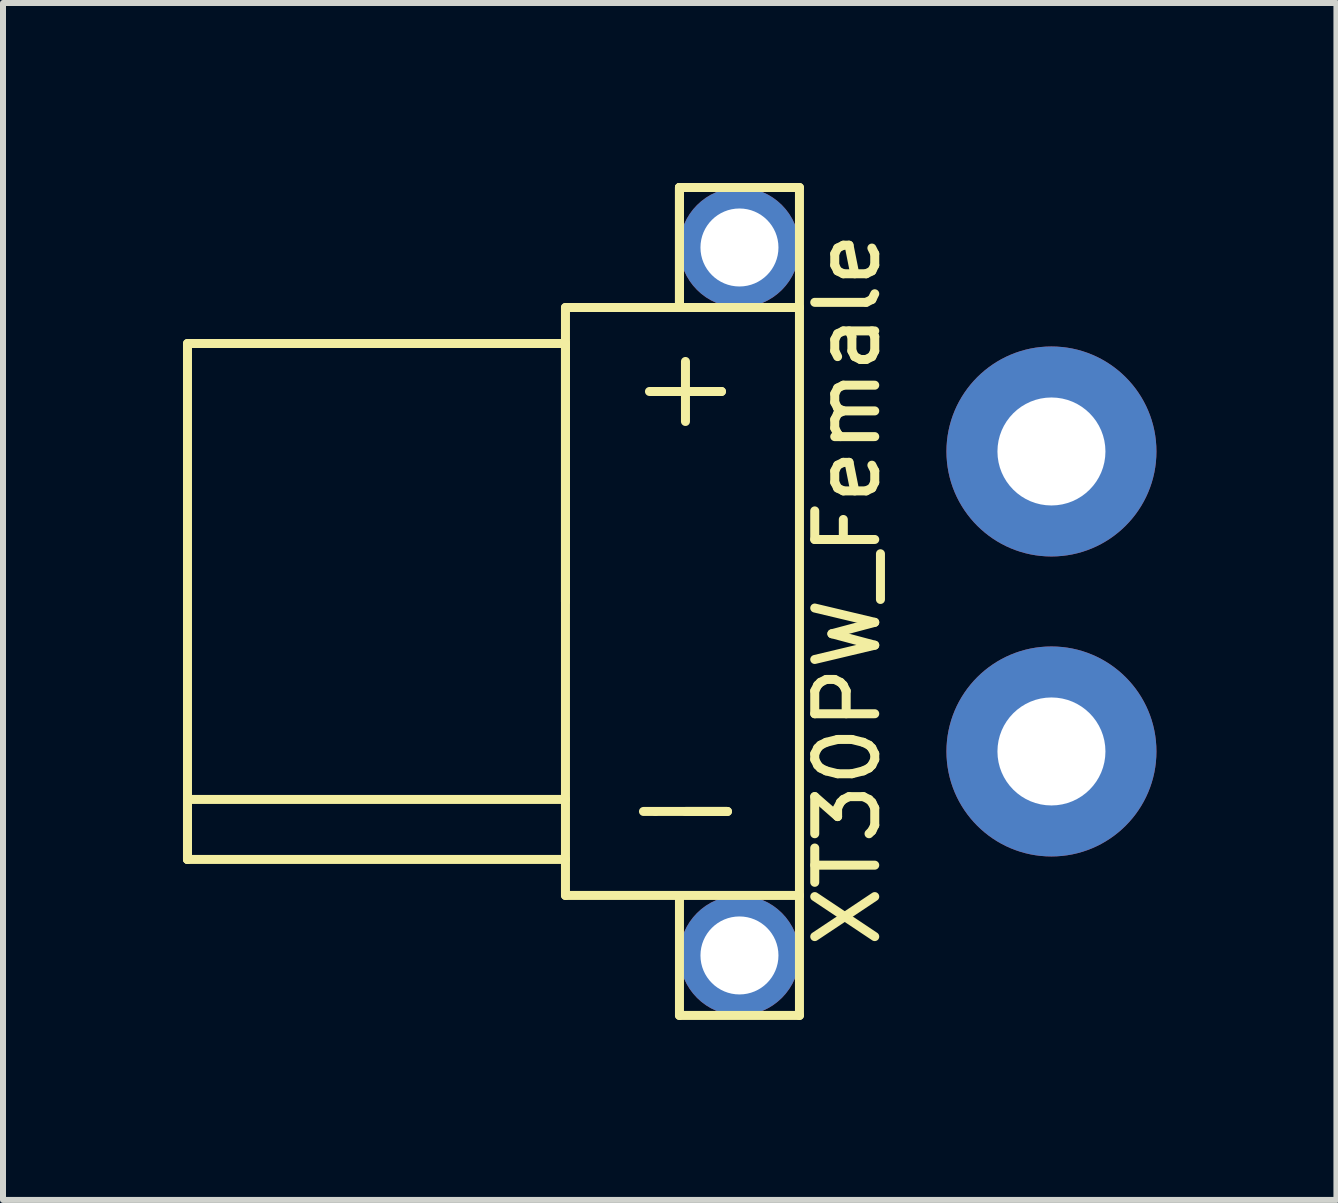
<source format=kicad_pcb>
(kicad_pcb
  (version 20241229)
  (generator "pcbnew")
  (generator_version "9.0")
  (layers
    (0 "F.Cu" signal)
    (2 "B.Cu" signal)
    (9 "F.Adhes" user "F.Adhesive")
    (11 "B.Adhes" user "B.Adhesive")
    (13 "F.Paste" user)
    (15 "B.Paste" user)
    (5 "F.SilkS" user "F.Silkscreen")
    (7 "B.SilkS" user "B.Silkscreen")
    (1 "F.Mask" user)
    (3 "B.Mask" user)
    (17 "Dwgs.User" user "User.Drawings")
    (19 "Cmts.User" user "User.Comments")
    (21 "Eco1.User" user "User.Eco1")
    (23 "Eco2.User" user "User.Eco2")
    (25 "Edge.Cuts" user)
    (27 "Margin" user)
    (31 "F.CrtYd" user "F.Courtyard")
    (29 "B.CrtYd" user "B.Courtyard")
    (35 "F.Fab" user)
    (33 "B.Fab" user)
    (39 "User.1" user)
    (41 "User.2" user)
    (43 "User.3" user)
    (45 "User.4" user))
  (footprint "XT30PW_Female"
    (layer "F.Cu")
    (at 8.375 6.975)
    (property "Reference" "XT30PW_Female" (at 2.7 -0.2 90) (layer "F.SilkS") (effects (font (size 1 1) (thickness 0.15))))
    (attr through_hole)
    (fp_line (start -8.3 -4.3) (end -8.3 4.3) (stroke (width 0.15) (type solid)) (layer "F.SilkS"))
    (fp_line (start -8.3 3.3) (end -2 3.3) (stroke (width 0.15) (type solid)) (layer "F.SilkS"))
    (fp_line (start -8.3 4.3) (end -8.3 3.3) (stroke (width 0.15) (type solid)) (layer "F.SilkS"))
    (fp_line (start -8.3 4.3) (end -2 4.3) (stroke (width 0.15) (type solid)) (layer "F.SilkS"))
    (fp_line (start -2 -4.3) (end -8.3 -4.3) (stroke (width 0.15) (type solid)) (layer "F.SilkS"))
    (fp_line (start -2 0) (end -2 -4.9) (stroke (width 0.15) (type solid)) (layer "F.SilkS"))
    (fp_line (start -2 0) (end -2 -4.3) (stroke (width 0.15) (type solid)) (layer "F.SilkS"))
    (fp_line (start -2 0) (end -2 4.9) (stroke (width 0.15) (type solid)) (layer "F.SilkS"))
    (fp_line (start -2 4.9) (end 1.9 4.9) (stroke (width 0.15) (type solid)) (layer "F.SilkS"))
    (fp_line (start -0.7 3.5) (end -0.5 3.5) (stroke (width 0.15) (type solid)) (layer "F.SilkS"))
    (fp_line (start -0.1 -6.9) (end -0.1 -4.9) (stroke (width 0.15) (type solid)) (layer "F.SilkS"))
    (fp_line (start -0.1 -4.9) (end -0.1 -6.9) (stroke (width 0.15) (type solid)) (layer "F.SilkS"))
    (fp_line (start -0.1 -4.9) (end -0.1 -6.9) (stroke (width 0.15) (type solid)) (layer "F.SilkS"))
    (fp_line (start -0.1 6.9) (end -0.1 4.9) (stroke (width 0.15) (type solid)) (layer "F.SilkS"))
    (fp_line (start 0 -4) (end 0 -3) (stroke (width 0.15) (type solid)) (layer "F.SilkS"))
    (fp_line (start 0 -3.5) (end 0.6 -3.5) (stroke (width 0.15) (type solid)) (layer "F.SilkS"))
    (fp_line (start 0 3.5) (end 0.7 3.5) (stroke (width 0.15) (type solid)) (layer "F.SilkS"))
    (fp_line (start 0.6 -3.5) (end -0.6 -3.5) (stroke (width 0.15) (type solid)) (layer "F.SilkS"))
    (fp_line (start 0.7 3.5) (end -0.5 3.5) (stroke (width 0.15) (type solid)) (layer "F.SilkS"))
    (fp_line (start 1.9 -6.9) (end -0.1 -6.9) (stroke (width 0.15) (type solid)) (layer "F.SilkS"))
    (fp_line (start 1.9 -4.9) (end -2 -4.9) (stroke (width 0.15) (type solid)) (layer "F.SilkS"))
    (fp_line (start 1.9 -4.9) (end 1.9 -6.9) (stroke (width 0.15) (type solid)) (layer "F.SilkS"))
    (fp_line (start 1.9 4.9) (end 1.9 -4.9) (stroke (width 0.15) (type solid)) (layer "F.SilkS"))
    (fp_line (start 1.9 4.9) (end 1.9 6.9) (stroke (width 0.15) (type solid)) (layer "F.SilkS"))
    (fp_line (start 1.9 6.9) (end -0.1 6.9) (stroke (width 0.15) (type solid)) (layer "F.SilkS"))
    (pad "1" thru_hole circle (at 6.1 -2.5) (size 3.5 3.5) (drill 1.8) (layers "*.Cu" "*.Mask"))
    (pad "2" thru_hole circle (at 6.1 2.5) (size 3.5 3.5) (drill 1.8) (layers "*.Cu" "*.Mask"))
    (pad "CASE" thru_hole circle (at 0.9 -5.9) (size 2 2) (drill 1.3) (layers "*.Cu" "*.Mask"))
    (pad "CASE" thru_hole circle (at 0.9 5.9) (size 2 2) (drill 1.3) (layers "*.Cu" "*.Mask")))
  (gr_rect
    (start -3 -3)
    (end 19.225 16.95)
    (stroke (width 0.1) (type default))
    (fill no)
    (layer "Edge.Cuts")))
</source>
